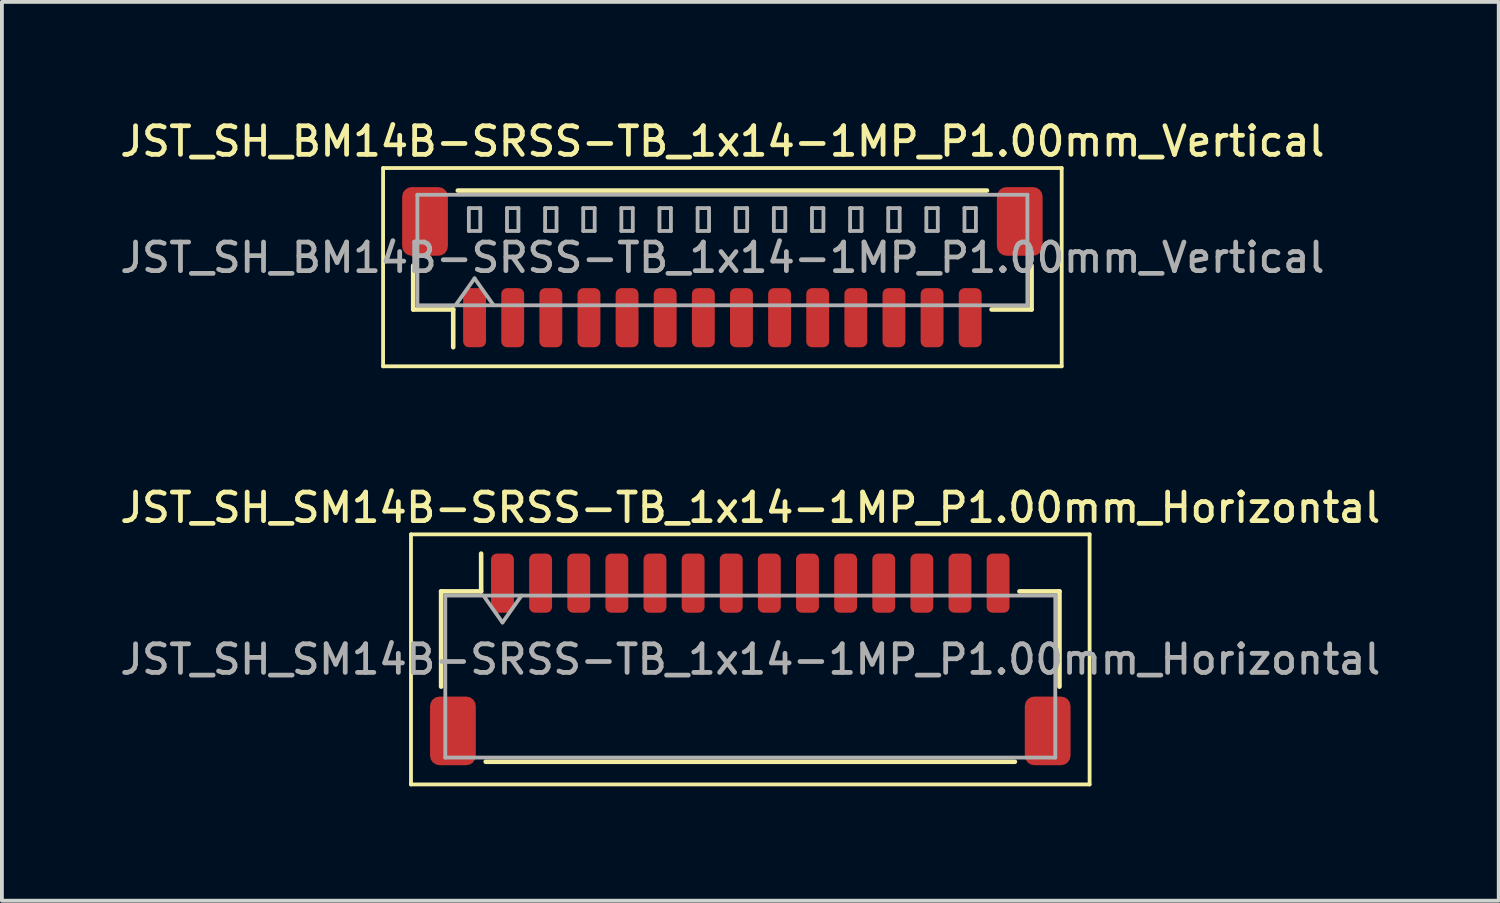
<source format=kicad_pcb>
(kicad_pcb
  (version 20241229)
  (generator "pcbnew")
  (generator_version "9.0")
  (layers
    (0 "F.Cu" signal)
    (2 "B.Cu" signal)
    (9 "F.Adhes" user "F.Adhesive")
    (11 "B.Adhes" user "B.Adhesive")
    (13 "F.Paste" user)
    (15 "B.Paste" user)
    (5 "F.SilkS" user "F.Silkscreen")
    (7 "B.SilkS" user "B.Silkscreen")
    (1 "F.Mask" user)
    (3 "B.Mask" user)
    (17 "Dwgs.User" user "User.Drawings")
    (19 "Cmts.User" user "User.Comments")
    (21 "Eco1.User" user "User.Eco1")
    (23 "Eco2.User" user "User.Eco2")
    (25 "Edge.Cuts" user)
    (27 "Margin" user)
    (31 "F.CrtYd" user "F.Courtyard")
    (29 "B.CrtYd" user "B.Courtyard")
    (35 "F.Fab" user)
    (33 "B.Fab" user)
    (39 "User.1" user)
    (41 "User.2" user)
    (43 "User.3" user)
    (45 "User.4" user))
  (footprint "JST_SH_BM14B-SRSS-TB_1x14-1MP_P1.00mm_Vertical"
    (layer "F.Cu")
    (at 15.898 3.958)
    (property "Reference" "JST_SH_BM14B-SRSS-TB_1x14-1MP_P1.00mm_Vertical" (at 0 -3.3 0) (layer "F.SilkS") (effects (font (size 0.75 0.75) (thickness 0.125))))
    (attr smd)
    (fp_line (start -8.9 -2.6) (end -8.9 2.6) (stroke (width 0.1) (type solid)) (layer "F.SilkS"))
    (fp_line (start -8.9 2.6) (end 8.9 2.6) (stroke (width 0.1) (type solid)) (layer "F.SilkS"))
    (fp_line (start -8.11 -0.04) (end -8.11 1.11) (stroke (width 0.12) (type solid)) (layer "F.SilkS"))
    (fp_line (start -8.11 1.11) (end -7.06 1.11) (stroke (width 0.12) (type solid)) (layer "F.SilkS"))
    (fp_line (start -7.06 1.11) (end -7.06 2.1) (stroke (width 0.12) (type solid)) (layer "F.SilkS"))
    (fp_line (start -6.94 -2.01) (end 6.94 -2.01) (stroke (width 0.12) (type solid)) (layer "F.SilkS"))
    (fp_line (start 8.11 -0.04) (end 8.11 1.11) (stroke (width 0.12) (type solid)) (layer "F.SilkS"))
    (fp_line (start 8.11 1.11) (end 7.06 1.11) (stroke (width 0.12) (type solid)) (layer "F.SilkS"))
    (fp_line (start 8.9 -2.6) (end -8.9 -2.6) (stroke (width 0.1) (type solid)) (layer "F.SilkS"))
    (fp_line (start 8.9 2.6) (end 8.9 -2.6) (stroke (width 0.1) (type solid)) (layer "F.SilkS"))
    (fp_line (start -8 -1.9) (end 8 -1.9) (stroke (width 0.1) (type solid)) (layer "F.Fab"))
    (fp_line (start -8 1) (end -8 -1.9) (stroke (width 0.1) (type solid)) (layer "F.Fab"))
    (fp_line (start -8 1) (end 8 1) (stroke (width 0.1) (type solid)) (layer "F.Fab"))
    (fp_line (start -7 1) (end -6.5 0.293) (stroke (width 0.1) (type solid)) (layer "F.Fab"))
    (fp_line (start -6.65 -1.55) (end -6.65 -0.95) (stroke (width 0.1) (type solid)) (layer "F.Fab"))
    (fp_line (start -6.65 -0.95) (end -6.35 -0.95) (stroke (width 0.1) (type solid)) (layer "F.Fab"))
    (fp_line (start -6.5 0.293) (end -6 1) (stroke (width 0.1) (type solid)) (layer "F.Fab"))
    (fp_line (start -6.35 -1.55) (end -6.65 -1.55) (stroke (width 0.1) (type solid)) (layer "F.Fab"))
    (fp_line (start -6.35 -0.95) (end -6.35 -1.55) (stroke (width 0.1) (type solid)) (layer "F.Fab"))
    (fp_line (start -5.65 -1.55) (end -5.65 -0.95) (stroke (width 0.1) (type solid)) (layer "F.Fab"))
    (fp_line (start -5.65 -0.95) (end -5.35 -0.95) (stroke (width 0.1) (type solid)) (layer "F.Fab"))
    (fp_line (start -5.35 -1.55) (end -5.65 -1.55) (stroke (width 0.1) (type solid)) (layer "F.Fab"))
    (fp_line (start -5.35 -0.95) (end -5.35 -1.55) (stroke (width 0.1) (type solid)) (layer "F.Fab"))
    (fp_line (start -4.65 -1.55) (end -4.65 -0.95) (stroke (width 0.1) (type solid)) (layer "F.Fab"))
    (fp_line (start -4.65 -0.95) (end -4.35 -0.95) (stroke (width 0.1) (type solid)) (layer "F.Fab"))
    (fp_line (start -4.35 -1.55) (end -4.65 -1.55) (stroke (width 0.1) (type solid)) (layer "F.Fab"))
    (fp_line (start -4.35 -0.95) (end -4.35 -1.55) (stroke (width 0.1) (type solid)) (layer "F.Fab"))
    (fp_line (start -3.65 -1.55) (end -3.65 -0.95) (stroke (width 0.1) (type solid)) (layer "F.Fab"))
    (fp_line (start -3.65 -0.95) (end -3.35 -0.95) (stroke (width 0.1) (type solid)) (layer "F.Fab"))
    (fp_line (start -3.35 -1.55) (end -3.65 -1.55) (stroke (width 0.1) (type solid)) (layer "F.Fab"))
    (fp_line (start -3.35 -0.95) (end -3.35 -1.55) (stroke (width 0.1) (type solid)) (layer "F.Fab"))
    (fp_line (start -2.65 -1.55) (end -2.65 -0.95) (stroke (width 0.1) (type solid)) (layer "F.Fab"))
    (fp_line (start -2.65 -0.95) (end -2.35 -0.95) (stroke (width 0.1) (type solid)) (layer "F.Fab"))
    (fp_line (start -2.35 -1.55) (end -2.65 -1.55) (stroke (width 0.1) (type solid)) (layer "F.Fab"))
    (fp_line (start -2.35 -0.95) (end -2.35 -1.55) (stroke (width 0.1) (type solid)) (layer "F.Fab"))
    (fp_line (start -1.65 -1.55) (end -1.65 -0.95) (stroke (width 0.1) (type solid)) (layer "F.Fab"))
    (fp_line (start -1.65 -0.95) (end -1.35 -0.95) (stroke (width 0.1) (type solid)) (layer "F.Fab"))
    (fp_line (start -1.35 -1.55) (end -1.65 -1.55) (stroke (width 0.1) (type solid)) (layer "F.Fab"))
    (fp_line (start -1.35 -0.95) (end -1.35 -1.55) (stroke (width 0.1) (type solid)) (layer "F.Fab"))
    (fp_line (start -0.65 -1.55) (end -0.65 -0.95) (stroke (width 0.1) (type solid)) (layer "F.Fab"))
    (fp_line (start -0.65 -0.95) (end -0.35 -0.95) (stroke (width 0.1) (type solid)) (layer "F.Fab"))
    (fp_line (start -0.35 -1.55) (end -0.65 -1.55) (stroke (width 0.1) (type solid)) (layer "F.Fab"))
    (fp_line (start -0.35 -0.95) (end -0.35 -1.55) (stroke (width 0.1) (type solid)) (layer "F.Fab"))
    (fp_line (start 0.35 -1.55) (end 0.35 -0.95) (stroke (width 0.1) (type solid)) (layer "F.Fab"))
    (fp_line (start 0.35 -0.95) (end 0.65 -0.95) (stroke (width 0.1) (type solid)) (layer "F.Fab"))
    (fp_line (start 0.65 -1.55) (end 0.35 -1.55) (stroke (width 0.1) (type solid)) (layer "F.Fab"))
    (fp_line (start 0.65 -0.95) (end 0.65 -1.55) (stroke (width 0.1) (type solid)) (layer "F.Fab"))
    (fp_line (start 1.35 -1.55) (end 1.35 -0.95) (stroke (width 0.1) (type solid)) (layer "F.Fab"))
    (fp_line (start 1.35 -0.95) (end 1.65 -0.95) (stroke (width 0.1) (type solid)) (layer "F.Fab"))
    (fp_line (start 1.65 -1.55) (end 1.35 -1.55) (stroke (width 0.1) (type solid)) (layer "F.Fab"))
    (fp_line (start 1.65 -0.95) (end 1.65 -1.55) (stroke (width 0.1) (type solid)) (layer "F.Fab"))
    (fp_line (start 2.35 -1.55) (end 2.35 -0.95) (stroke (width 0.1) (type solid)) (layer "F.Fab"))
    (fp_line (start 2.35 -0.95) (end 2.65 -0.95) (stroke (width 0.1) (type solid)) (layer "F.Fab"))
    (fp_line (start 2.65 -1.55) (end 2.35 -1.55) (stroke (width 0.1) (type solid)) (layer "F.Fab"))
    (fp_line (start 2.65 -0.95) (end 2.65 -1.55) (stroke (width 0.1) (type solid)) (layer "F.Fab"))
    (fp_line (start 3.35 -1.55) (end 3.35 -0.95) (stroke (width 0.1) (type solid)) (layer "F.Fab"))
    (fp_line (start 3.35 -0.95) (end 3.65 -0.95) (stroke (width 0.1) (type solid)) (layer "F.Fab"))
    (fp_line (start 3.65 -1.55) (end 3.35 -1.55) (stroke (width 0.1) (type solid)) (layer "F.Fab"))
    (fp_line (start 3.65 -0.95) (end 3.65 -1.55) (stroke (width 0.1) (type solid)) (layer "F.Fab"))
    (fp_line (start 4.35 -1.55) (end 4.35 -0.95) (stroke (width 0.1) (type solid)) (layer "F.Fab"))
    (fp_line (start 4.35 -0.95) (end 4.65 -0.95) (stroke (width 0.1) (type solid)) (layer "F.Fab"))
    (fp_line (start 4.65 -1.55) (end 4.35 -1.55) (stroke (width 0.1) (type solid)) (layer "F.Fab"))
    (fp_line (start 4.65 -0.95) (end 4.65 -1.55) (stroke (width 0.1) (type solid)) (layer "F.Fab"))
    (fp_line (start 5.35 -1.55) (end 5.35 -0.95) (stroke (width 0.1) (type solid)) (layer "F.Fab"))
    (fp_line (start 5.35 -0.95) (end 5.65 -0.95) (stroke (width 0.1) (type solid)) (layer "F.Fab"))
    (fp_line (start 5.65 -1.55) (end 5.35 -1.55) (stroke (width 0.1) (type solid)) (layer "F.Fab"))
    (fp_line (start 5.65 -0.95) (end 5.65 -1.55) (stroke (width 0.1) (type solid)) (layer "F.Fab"))
    (fp_line (start 6.35 -1.55) (end 6.35 -0.95) (stroke (width 0.1) (type solid)) (layer "F.Fab"))
    (fp_line (start 6.35 -0.95) (end 6.65 -0.95) (stroke (width 0.1) (type solid)) (layer "F.Fab"))
    (fp_line (start 6.65 -1.55) (end 6.35 -1.55) (stroke (width 0.1) (type solid)) (layer "F.Fab"))
    (fp_line (start 6.65 -0.95) (end 6.65 -1.55) (stroke (width 0.1) (type solid)) (layer "F.Fab"))
    (fp_line (start 8 1) (end 8 -1.9) (stroke (width 0.1) (type solid)) (layer "F.Fab"))
    (fp_text user "${REFERENCE}" (at 0 -0.25 0) (layer "F.Fab") (effects (font (size 0.75 0.75) (thickness 0.125))))
    (pad "1" smd roundrect (at -6.5 1.325) (size 0.6 1.55) (layers "F.Cu" "F.Mask" "F.Paste") (roundrect_rratio 0.25))
    (pad "2" smd roundrect (at -5.5 1.325) (size 0.6 1.55) (layers "F.Cu" "F.Mask" "F.Paste") (roundrect_rratio 0.25))
    (pad "3" smd roundrect (at -4.5 1.325) (size 0.6 1.55) (layers "F.Cu" "F.Mask" "F.Paste") (roundrect_rratio 0.25))
    (pad "4" smd roundrect (at -3.5 1.325) (size 0.6 1.55) (layers "F.Cu" "F.Mask" "F.Paste") (roundrect_rratio 0.25))
    (pad "5" smd roundrect (at -2.5 1.325) (size 0.6 1.55) (layers "F.Cu" "F.Mask" "F.Paste") (roundrect_rratio 0.25))
    (pad "6" smd roundrect (at -1.5 1.325) (size 0.6 1.55) (layers "F.Cu" "F.Mask" "F.Paste") (roundrect_rratio 0.25))
    (pad "7" smd roundrect (at -0.5 1.325) (size 0.6 1.55) (layers "F.Cu" "F.Mask" "F.Paste") (roundrect_rratio 0.25))
    (pad "8" smd roundrect (at 0.5 1.325) (size 0.6 1.55) (layers "F.Cu" "F.Mask" "F.Paste") (roundrect_rratio 0.25))
    (pad "9" smd roundrect (at 1.5 1.325) (size 0.6 1.55) (layers "F.Cu" "F.Mask" "F.Paste") (roundrect_rratio 0.25))
    (pad "10" smd roundrect (at 2.5 1.325) (size 0.6 1.55) (layers "F.Cu" "F.Mask" "F.Paste") (roundrect_rratio 0.25))
    (pad "11" smd roundrect (at 3.5 1.325) (size 0.6 1.55) (layers "F.Cu" "F.Mask" "F.Paste") (roundrect_rratio 0.25))
    (pad "12" smd roundrect (at 4.5 1.325) (size 0.6 1.55) (layers "F.Cu" "F.Mask" "F.Paste") (roundrect_rratio 0.25))
    (pad "13" smd roundrect (at 5.5 1.325) (size 0.6 1.55) (layers "F.Cu" "F.Mask" "F.Paste") (roundrect_rratio 0.25))
    (pad "14" smd roundrect (at 6.5 1.325) (size 0.6 1.55) (layers "F.Cu" "F.Mask" "F.Paste") (roundrect_rratio 0.25))
    (pad "MP" smd roundrect (at -7.8 -1.2) (size 1.2 1.8) (layers "F.Cu" "F.Mask" "F.Paste") (roundrect_rratio 0.208))
    (pad "MP" smd roundrect (at 7.8 -1.2) (size 1.2 1.8) (layers "F.Cu" "F.Mask" "F.Paste") (roundrect_rratio 0.208)))
  (footprint "JST_SH_SM14B-SRSS-TB_1x14-1MP_P1.00mm_Horizontal"
    (layer "F.Cu")
    (at 16.63 14.246)
    (property "Reference" "JST_SH_SM14B-SRSS-TB_1x14-1MP_P1.00mm_Horizontal" (at 0 -3.98 0) (layer "F.SilkS") (effects (font (size 0.75 0.75) (thickness 0.125))))
    (attr smd)
    (fp_line (start -8.9 -3.28) (end -8.9 3.28) (stroke (width 0.1) (type solid)) (layer "F.SilkS"))
    (fp_line (start -8.9 3.28) (end 8.9 3.28) (stroke (width 0.1) (type solid)) (layer "F.SilkS"))
    (fp_line (start -8.11 -1.785) (end -7.06 -1.785) (stroke (width 0.12) (type solid)) (layer "F.SilkS"))
    (fp_line (start -8.11 0.715) (end -8.11 -1.785) (stroke (width 0.12) (type solid)) (layer "F.SilkS"))
    (fp_line (start -7.06 -1.785) (end -7.06 -2.775) (stroke (width 0.12) (type solid)) (layer "F.SilkS"))
    (fp_line (start -6.94 2.685) (end 6.94 2.685) (stroke (width 0.12) (type solid)) (layer "F.SilkS"))
    (fp_line (start 8.11 -1.785) (end 7.06 -1.785) (stroke (width 0.12) (type solid)) (layer "F.SilkS"))
    (fp_line (start 8.11 0.715) (end 8.11 -1.785) (stroke (width 0.12) (type solid)) (layer "F.SilkS"))
    (fp_line (start 8.9 -3.28) (end -8.9 -3.28) (stroke (width 0.1) (type solid)) (layer "F.SilkS"))
    (fp_line (start 8.9 3.28) (end 8.9 -3.28) (stroke (width 0.1) (type solid)) (layer "F.SilkS"))
    (fp_line (start -8 -1.675) (end -8 2.575) (stroke (width 0.1) (type solid)) (layer "F.Fab"))
    (fp_line (start -8 -1.675) (end 8 -1.675) (stroke (width 0.1) (type solid)) (layer "F.Fab"))
    (fp_line (start -8 2.575) (end 8 2.575) (stroke (width 0.1) (type solid)) (layer "F.Fab"))
    (fp_line (start -7 -1.675) (end -6.5 -0.968) (stroke (width 0.1) (type solid)) (layer "F.Fab"))
    (fp_line (start -6.5 -0.968) (end -6 -1.675) (stroke (width 0.1) (type solid)) (layer "F.Fab"))
    (fp_line (start 8 -1.675) (end 8 2.575) (stroke (width 0.1) (type solid)) (layer "F.Fab"))
    (fp_text user "${REFERENCE}" (at 0 0 0) (layer "F.Fab") (effects (font (size 0.75 0.75) (thickness 0.125))))
    (pad "1" smd roundrect (at -6.5 -2) (size 0.6 1.55) (layers "F.Cu" "F.Mask" "F.Paste") (roundrect_rratio 0.25))
    (pad "2" smd roundrect (at -5.5 -2) (size 0.6 1.55) (layers "F.Cu" "F.Mask" "F.Paste") (roundrect_rratio 0.25))
    (pad "3" smd roundrect (at -4.5 -2) (size 0.6 1.55) (layers "F.Cu" "F.Mask" "F.Paste") (roundrect_rratio 0.25))
    (pad "4" smd roundrect (at -3.5 -2) (size 0.6 1.55) (layers "F.Cu" "F.Mask" "F.Paste") (roundrect_rratio 0.25))
    (pad "5" smd roundrect (at -2.5 -2) (size 0.6 1.55) (layers "F.Cu" "F.Mask" "F.Paste") (roundrect_rratio 0.25))
    (pad "6" smd roundrect (at -1.5 -2) (size 0.6 1.55) (layers "F.Cu" "F.Mask" "F.Paste") (roundrect_rratio 0.25))
    (pad "7" smd roundrect (at -0.5 -2) (size 0.6 1.55) (layers "F.Cu" "F.Mask" "F.Paste") (roundrect_rratio 0.25))
    (pad "8" smd roundrect (at 0.5 -2) (size 0.6 1.55) (layers "F.Cu" "F.Mask" "F.Paste") (roundrect_rratio 0.25))
    (pad "9" smd roundrect (at 1.5 -2) (size 0.6 1.55) (layers "F.Cu" "F.Mask" "F.Paste") (roundrect_rratio 0.25))
    (pad "10" smd roundrect (at 2.5 -2) (size 0.6 1.55) (layers "F.Cu" "F.Mask" "F.Paste") (roundrect_rratio 0.25))
    (pad "11" smd roundrect (at 3.5 -2) (size 0.6 1.55) (layers "F.Cu" "F.Mask" "F.Paste") (roundrect_rratio 0.25))
    (pad "12" smd roundrect (at 4.5 -2) (size 0.6 1.55) (layers "F.Cu" "F.Mask" "F.Paste") (roundrect_rratio 0.25))
    (pad "13" smd roundrect (at 5.5 -2) (size 0.6 1.55) (layers "F.Cu" "F.Mask" "F.Paste") (roundrect_rratio 0.25))
    (pad "14" smd roundrect (at 6.5 -2) (size 0.6 1.55) (layers "F.Cu" "F.Mask" "F.Paste") (roundrect_rratio 0.25))
    (pad "MP" smd roundrect (at -7.8 1.875) (size 1.2 1.8) (layers "F.Cu" "F.Mask" "F.Paste") (roundrect_rratio 0.208))
    (pad "MP" smd roundrect (at 7.8 1.875) (size 1.2 1.8) (layers "F.Cu" "F.Mask" "F.Paste") (roundrect_rratio 0.208)))
  (gr_rect
    (start -3 -3)
    (end 36.261 20.576)
    (stroke (width 0.1) (type default))
    (fill no)
    (layer "Edge.Cuts")))
</source>
